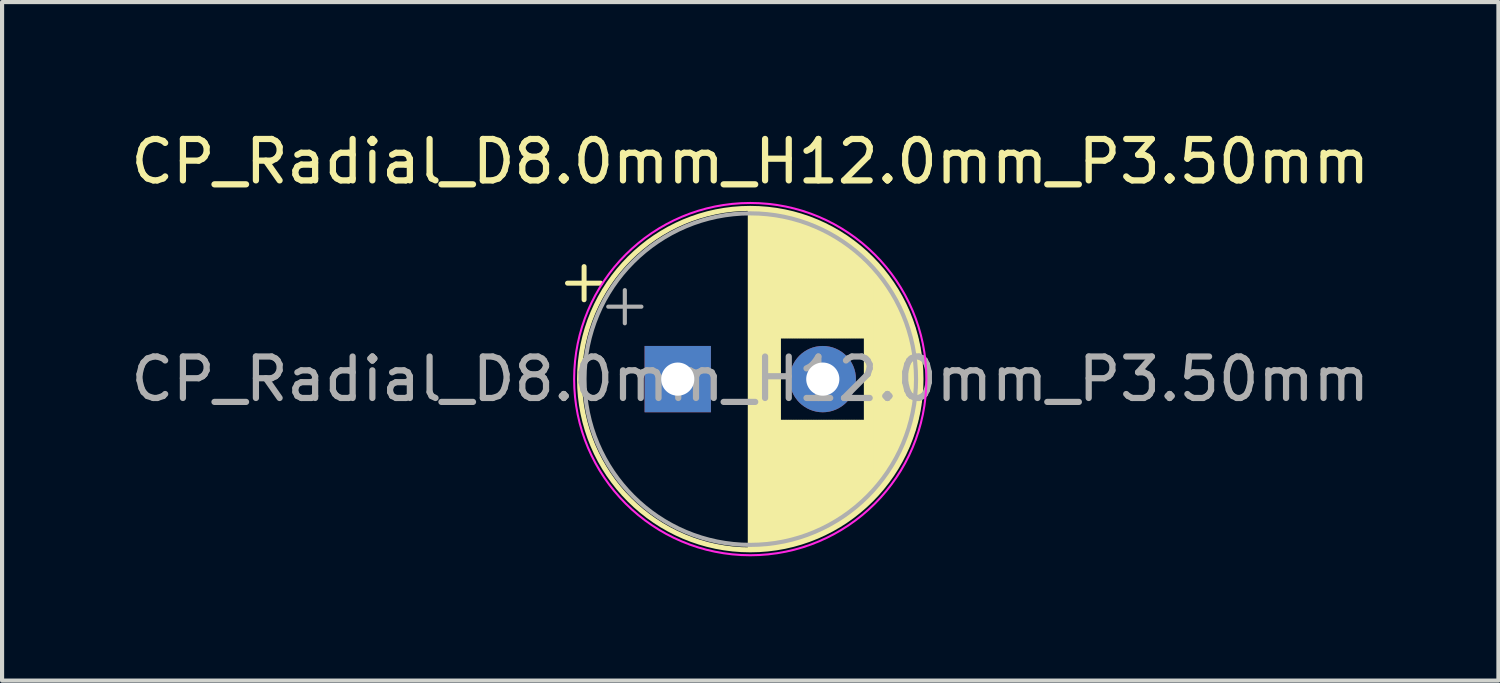
<source format=kicad_pcb>
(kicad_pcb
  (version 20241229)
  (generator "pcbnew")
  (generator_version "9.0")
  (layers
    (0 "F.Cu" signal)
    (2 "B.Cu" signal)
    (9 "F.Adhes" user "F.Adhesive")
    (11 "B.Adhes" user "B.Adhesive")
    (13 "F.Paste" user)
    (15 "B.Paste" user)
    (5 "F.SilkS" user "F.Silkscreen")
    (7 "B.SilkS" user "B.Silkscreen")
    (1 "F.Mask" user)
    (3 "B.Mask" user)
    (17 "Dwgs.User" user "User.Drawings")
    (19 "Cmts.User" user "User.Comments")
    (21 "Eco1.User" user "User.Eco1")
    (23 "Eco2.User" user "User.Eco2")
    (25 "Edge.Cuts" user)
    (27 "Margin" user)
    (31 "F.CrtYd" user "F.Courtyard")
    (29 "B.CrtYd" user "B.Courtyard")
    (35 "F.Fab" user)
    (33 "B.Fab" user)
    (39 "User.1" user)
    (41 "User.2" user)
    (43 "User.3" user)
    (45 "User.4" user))
  (footprint "CP_Radial_D8.0mm_H12.0mm_P3.50mm"
    (layer "F.Cu")
    (at 13.304 6.098)
    (property "Reference" "CP_Radial_D8.0mm_H12.0mm_P3.50mm" (at 1.75 -5.25 0) (layer "F.SilkS") (effects (font (size 1 1) (thickness 0.15))))
    (attr through_hole)
    (fp_line (start -2.66 -2.315) (end -1.86 -2.315) (stroke (width 0.12) (type solid)) (layer "F.SilkS"))
    (fp_line (start -2.26 -2.715) (end -2.26 -1.915) (stroke (width 0.12) (type solid)) (layer "F.SilkS"))
    (fp_line (start 1.75 -4.08) (end 1.75 4.08) (stroke (width 0.12) (type solid)) (layer "F.SilkS"))
    (fp_line (start 1.79 -4.08) (end 1.79 4.08) (stroke (width 0.12) (type solid)) (layer "F.SilkS"))
    (fp_line (start 1.83 -4.08) (end 1.83 4.08) (stroke (width 0.12) (type solid)) (layer "F.SilkS"))
    (fp_line (start 1.87 -4.079) (end 1.87 4.079) (stroke (width 0.12) (type solid)) (layer "F.SilkS"))
    (fp_line (start 1.91 -4.077) (end 1.91 4.077) (stroke (width 0.12) (type solid)) (layer "F.SilkS"))
    (fp_line (start 1.95 -4.076) (end 1.95 4.076) (stroke (width 0.12) (type solid)) (layer "F.SilkS"))
    (fp_line (start 1.99 -4.074) (end 1.99 4.074) (stroke (width 0.12) (type solid)) (layer "F.SilkS"))
    (fp_line (start 2.03 -4.071) (end 2.03 4.071) (stroke (width 0.12) (type solid)) (layer "F.SilkS"))
    (fp_line (start 2.07 -4.068) (end 2.07 4.068) (stroke (width 0.12) (type solid)) (layer "F.SilkS"))
    (fp_line (start 2.11 -4.065) (end 2.11 4.065) (stroke (width 0.12) (type solid)) (layer "F.SilkS"))
    (fp_line (start 2.15 -4.061) (end 2.15 4.061) (stroke (width 0.12) (type solid)) (layer "F.SilkS"))
    (fp_line (start 2.19 -4.057) (end 2.19 4.057) (stroke (width 0.12) (type solid)) (layer "F.SilkS"))
    (fp_line (start 2.23 -4.052) (end 2.23 4.052) (stroke (width 0.12) (type solid)) (layer "F.SilkS"))
    (fp_line (start 2.27 -4.048) (end 2.27 4.048) (stroke (width 0.12) (type solid)) (layer "F.SilkS"))
    (fp_line (start 2.31 -4.042) (end 2.31 4.042) (stroke (width 0.12) (type solid)) (layer "F.SilkS"))
    (fp_line (start 2.35 -4.037) (end 2.35 4.037) (stroke (width 0.12) (type solid)) (layer "F.SilkS"))
    (fp_line (start 2.39 -4.03) (end 2.39 4.03) (stroke (width 0.12) (type solid)) (layer "F.SilkS"))
    (fp_line (start 2.43 -4.024) (end 2.43 4.024) (stroke (width 0.12) (type solid)) (layer "F.SilkS"))
    (fp_line (start 2.471 -4.017) (end 2.471 -1.04) (stroke (width 0.12) (type solid)) (layer "F.SilkS"))
    (fp_line (start 2.471 1.04) (end 2.471 4.017) (stroke (width 0.12) (type solid)) (layer "F.SilkS"))
    (fp_line (start 2.511 -4.01) (end 2.511 -1.04) (stroke (width 0.12) (type solid)) (layer "F.SilkS"))
    (fp_line (start 2.511 1.04) (end 2.511 4.01) (stroke (width 0.12) (type solid)) (layer "F.SilkS"))
    (fp_line (start 2.551 -4.002) (end 2.551 -1.04) (stroke (width 0.12) (type solid)) (layer "F.SilkS"))
    (fp_line (start 2.551 1.04) (end 2.551 4.002) (stroke (width 0.12) (type solid)) (layer "F.SilkS"))
    (fp_line (start 2.591 -3.994) (end 2.591 -1.04) (stroke (width 0.12) (type solid)) (layer "F.SilkS"))
    (fp_line (start 2.591 1.04) (end 2.591 3.994) (stroke (width 0.12) (type solid)) (layer "F.SilkS"))
    (fp_line (start 2.631 -3.985) (end 2.631 -1.04) (stroke (width 0.12) (type solid)) (layer "F.SilkS"))
    (fp_line (start 2.631 1.04) (end 2.631 3.985) (stroke (width 0.12) (type solid)) (layer "F.SilkS"))
    (fp_line (start 2.671 -3.976) (end 2.671 -1.04) (stroke (width 0.12) (type solid)) (layer "F.SilkS"))
    (fp_line (start 2.671 1.04) (end 2.671 3.976) (stroke (width 0.12) (type solid)) (layer "F.SilkS"))
    (fp_line (start 2.711 -3.967) (end 2.711 -1.04) (stroke (width 0.12) (type solid)) (layer "F.SilkS"))
    (fp_line (start 2.711 1.04) (end 2.711 3.967) (stroke (width 0.12) (type solid)) (layer "F.SilkS"))
    (fp_line (start 2.751 -3.957) (end 2.751 -1.04) (stroke (width 0.12) (type solid)) (layer "F.SilkS"))
    (fp_line (start 2.751 1.04) (end 2.751 3.957) (stroke (width 0.12) (type solid)) (layer "F.SilkS"))
    (fp_line (start 2.791 -3.947) (end 2.791 -1.04) (stroke (width 0.12) (type solid)) (layer "F.SilkS"))
    (fp_line (start 2.791 1.04) (end 2.791 3.947) (stroke (width 0.12) (type solid)) (layer "F.SilkS"))
    (fp_line (start 2.831 -3.936) (end 2.831 -1.04) (stroke (width 0.12) (type solid)) (layer "F.SilkS"))
    (fp_line (start 2.831 1.04) (end 2.831 3.936) (stroke (width 0.12) (type solid)) (layer "F.SilkS"))
    (fp_line (start 2.871 -3.925) (end 2.871 -1.04) (stroke (width 0.12) (type solid)) (layer "F.SilkS"))
    (fp_line (start 2.871 1.04) (end 2.871 3.925) (stroke (width 0.12) (type solid)) (layer "F.SilkS"))
    (fp_line (start 2.911 -3.914) (end 2.911 -1.04) (stroke (width 0.12) (type solid)) (layer "F.SilkS"))
    (fp_line (start 2.911 1.04) (end 2.911 3.914) (stroke (width 0.12) (type solid)) (layer "F.SilkS"))
    (fp_line (start 2.951 -3.902) (end 2.951 -1.04) (stroke (width 0.12) (type solid)) (layer "F.SilkS"))
    (fp_line (start 2.951 1.04) (end 2.951 3.902) (stroke (width 0.12) (type solid)) (layer "F.SilkS"))
    (fp_line (start 2.991 -3.889) (end 2.991 -1.04) (stroke (width 0.12) (type solid)) (layer "F.SilkS"))
    (fp_line (start 2.991 1.04) (end 2.991 3.889) (stroke (width 0.12) (type solid)) (layer "F.SilkS"))
    (fp_line (start 3.031 -3.877) (end 3.031 -1.04) (stroke (width 0.12) (type solid)) (layer "F.SilkS"))
    (fp_line (start 3.031 1.04) (end 3.031 3.877) (stroke (width 0.12) (type solid)) (layer "F.SilkS"))
    (fp_line (start 3.071 -3.863) (end 3.071 -1.04) (stroke (width 0.12) (type solid)) (layer "F.SilkS"))
    (fp_line (start 3.071 1.04) (end 3.071 3.863) (stroke (width 0.12) (type solid)) (layer "F.SilkS"))
    (fp_line (start 3.111 -3.85) (end 3.111 -1.04) (stroke (width 0.12) (type solid)) (layer "F.SilkS"))
    (fp_line (start 3.111 1.04) (end 3.111 3.85) (stroke (width 0.12) (type solid)) (layer "F.SilkS"))
    (fp_line (start 3.151 -3.835) (end 3.151 -1.04) (stroke (width 0.12) (type solid)) (layer "F.SilkS"))
    (fp_line (start 3.151 1.04) (end 3.151 3.835) (stroke (width 0.12) (type solid)) (layer "F.SilkS"))
    (fp_line (start 3.191 -3.821) (end 3.191 -1.04) (stroke (width 0.12) (type solid)) (layer "F.SilkS"))
    (fp_line (start 3.191 1.04) (end 3.191 3.821) (stroke (width 0.12) (type solid)) (layer "F.SilkS"))
    (fp_line (start 3.231 -3.805) (end 3.231 -1.04) (stroke (width 0.12) (type solid)) (layer "F.SilkS"))
    (fp_line (start 3.231 1.04) (end 3.231 3.805) (stroke (width 0.12) (type solid)) (layer "F.SilkS"))
    (fp_line (start 3.271 -3.79) (end 3.271 -1.04) (stroke (width 0.12) (type solid)) (layer "F.SilkS"))
    (fp_line (start 3.271 1.04) (end 3.271 3.79) (stroke (width 0.12) (type solid)) (layer "F.SilkS"))
    (fp_line (start 3.311 -3.774) (end 3.311 -1.04) (stroke (width 0.12) (type solid)) (layer "F.SilkS"))
    (fp_line (start 3.311 1.04) (end 3.311 3.774) (stroke (width 0.12) (type solid)) (layer "F.SilkS"))
    (fp_line (start 3.351 -3.757) (end 3.351 -1.04) (stroke (width 0.12) (type solid)) (layer "F.SilkS"))
    (fp_line (start 3.351 1.04) (end 3.351 3.757) (stroke (width 0.12) (type solid)) (layer "F.SilkS"))
    (fp_line (start 3.391 -3.74) (end 3.391 -1.04) (stroke (width 0.12) (type solid)) (layer "F.SilkS"))
    (fp_line (start 3.391 1.04) (end 3.391 3.74) (stroke (width 0.12) (type solid)) (layer "F.SilkS"))
    (fp_line (start 3.431 -3.722) (end 3.431 -1.04) (stroke (width 0.12) (type solid)) (layer "F.SilkS"))
    (fp_line (start 3.431 1.04) (end 3.431 3.722) (stroke (width 0.12) (type solid)) (layer "F.SilkS"))
    (fp_line (start 3.471 -3.704) (end 3.471 -1.04) (stroke (width 0.12) (type solid)) (layer "F.SilkS"))
    (fp_line (start 3.471 1.04) (end 3.471 3.704) (stroke (width 0.12) (type solid)) (layer "F.SilkS"))
    (fp_line (start 3.511 -3.686) (end 3.511 -1.04) (stroke (width 0.12) (type solid)) (layer "F.SilkS"))
    (fp_line (start 3.511 1.04) (end 3.511 3.686) (stroke (width 0.12) (type solid)) (layer "F.SilkS"))
    (fp_line (start 3.551 -3.666) (end 3.551 -1.04) (stroke (width 0.12) (type solid)) (layer "F.SilkS"))
    (fp_line (start 3.551 1.04) (end 3.551 3.666) (stroke (width 0.12) (type solid)) (layer "F.SilkS"))
    (fp_line (start 3.591 -3.647) (end 3.591 -1.04) (stroke (width 0.12) (type solid)) (layer "F.SilkS"))
    (fp_line (start 3.591 1.04) (end 3.591 3.647) (stroke (width 0.12) (type solid)) (layer "F.SilkS"))
    (fp_line (start 3.631 -3.627) (end 3.631 -1.04) (stroke (width 0.12) (type solid)) (layer "F.SilkS"))
    (fp_line (start 3.631 1.04) (end 3.631 3.627) (stroke (width 0.12) (type solid)) (layer "F.SilkS"))
    (fp_line (start 3.671 -3.606) (end 3.671 -1.04) (stroke (width 0.12) (type solid)) (layer "F.SilkS"))
    (fp_line (start 3.671 1.04) (end 3.671 3.606) (stroke (width 0.12) (type solid)) (layer "F.SilkS"))
    (fp_line (start 3.711 -3.584) (end 3.711 -1.04) (stroke (width 0.12) (type solid)) (layer "F.SilkS"))
    (fp_line (start 3.711 1.04) (end 3.711 3.584) (stroke (width 0.12) (type solid)) (layer "F.SilkS"))
    (fp_line (start 3.751 -3.562) (end 3.751 -1.04) (stroke (width 0.12) (type solid)) (layer "F.SilkS"))
    (fp_line (start 3.751 1.04) (end 3.751 3.562) (stroke (width 0.12) (type solid)) (layer "F.SilkS"))
    (fp_line (start 3.791 -3.54) (end 3.791 -1.04) (stroke (width 0.12) (type solid)) (layer "F.SilkS"))
    (fp_line (start 3.791 1.04) (end 3.791 3.54) (stroke (width 0.12) (type solid)) (layer "F.SilkS"))
    (fp_line (start 3.831 -3.517) (end 3.831 -1.04) (stroke (width 0.12) (type solid)) (layer "F.SilkS"))
    (fp_line (start 3.831 1.04) (end 3.831 3.517) (stroke (width 0.12) (type solid)) (layer "F.SilkS"))
    (fp_line (start 3.871 -3.493) (end 3.871 -1.04) (stroke (width 0.12) (type solid)) (layer "F.SilkS"))
    (fp_line (start 3.871 1.04) (end 3.871 3.493) (stroke (width 0.12) (type solid)) (layer "F.SilkS"))
    (fp_line (start 3.911 -3.469) (end 3.911 -1.04) (stroke (width 0.12) (type solid)) (layer "F.SilkS"))
    (fp_line (start 3.911 1.04) (end 3.911 3.469) (stroke (width 0.12) (type solid)) (layer "F.SilkS"))
    (fp_line (start 3.951 -3.444) (end 3.951 -1.04) (stroke (width 0.12) (type solid)) (layer "F.SilkS"))
    (fp_line (start 3.951 1.04) (end 3.951 3.444) (stroke (width 0.12) (type solid)) (layer "F.SilkS"))
    (fp_line (start 3.991 -3.418) (end 3.991 -1.04) (stroke (width 0.12) (type solid)) (layer "F.SilkS"))
    (fp_line (start 3.991 1.04) (end 3.991 3.418) (stroke (width 0.12) (type solid)) (layer "F.SilkS"))
    (fp_line (start 4.031 -3.392) (end 4.031 -1.04) (stroke (width 0.12) (type solid)) (layer "F.SilkS"))
    (fp_line (start 4.031 1.04) (end 4.031 3.392) (stroke (width 0.12) (type solid)) (layer "F.SilkS"))
    (fp_line (start 4.071 -3.365) (end 4.071 -1.04) (stroke (width 0.12) (type solid)) (layer "F.SilkS"))
    (fp_line (start 4.071 1.04) (end 4.071 3.365) (stroke (width 0.12) (type solid)) (layer "F.SilkS"))
    (fp_line (start 4.111 -3.338) (end 4.111 -1.04) (stroke (width 0.12) (type solid)) (layer "F.SilkS"))
    (fp_line (start 4.111 1.04) (end 4.111 3.338) (stroke (width 0.12) (type solid)) (layer "F.SilkS"))
    (fp_line (start 4.151 -3.309) (end 4.151 -1.04) (stroke (width 0.12) (type solid)) (layer "F.SilkS"))
    (fp_line (start 4.151 1.04) (end 4.151 3.309) (stroke (width 0.12) (type solid)) (layer "F.SilkS"))
    (fp_line (start 4.191 -3.28) (end 4.191 -1.04) (stroke (width 0.12) (type solid)) (layer "F.SilkS"))
    (fp_line (start 4.191 1.04) (end 4.191 3.28) (stroke (width 0.12) (type solid)) (layer "F.SilkS"))
    (fp_line (start 4.231 -3.25) (end 4.231 -1.04) (stroke (width 0.12) (type solid)) (layer "F.SilkS"))
    (fp_line (start 4.231 1.04) (end 4.231 3.25) (stroke (width 0.12) (type solid)) (layer "F.SilkS"))
    (fp_line (start 4.271 -3.22) (end 4.271 -1.04) (stroke (width 0.12) (type solid)) (layer "F.SilkS"))
    (fp_line (start 4.271 1.04) (end 4.271 3.22) (stroke (width 0.12) (type solid)) (layer "F.SilkS"))
    (fp_line (start 4.311 -3.189) (end 4.311 -1.04) (stroke (width 0.12) (type solid)) (layer "F.SilkS"))
    (fp_line (start 4.311 1.04) (end 4.311 3.189) (stroke (width 0.12) (type solid)) (layer "F.SilkS"))
    (fp_line (start 4.351 -3.156) (end 4.351 -1.04) (stroke (width 0.12) (type solid)) (layer "F.SilkS"))
    (fp_line (start 4.351 1.04) (end 4.351 3.156) (stroke (width 0.12) (type solid)) (layer "F.SilkS"))
    (fp_line (start 4.391 -3.124) (end 4.391 -1.04) (stroke (width 0.12) (type solid)) (layer "F.SilkS"))
    (fp_line (start 4.391 1.04) (end 4.391 3.124) (stroke (width 0.12) (type solid)) (layer "F.SilkS"))
    (fp_line (start 4.431 -3.09) (end 4.431 -1.04) (stroke (width 0.12) (type solid)) (layer "F.SilkS"))
    (fp_line (start 4.431 1.04) (end 4.431 3.09) (stroke (width 0.12) (type solid)) (layer "F.SilkS"))
    (fp_line (start 4.471 -3.055) (end 4.471 -1.04) (stroke (width 0.12) (type solid)) (layer "F.SilkS"))
    (fp_line (start 4.471 1.04) (end 4.471 3.055) (stroke (width 0.12) (type solid)) (layer "F.SilkS"))
    (fp_line (start 4.511 -3.019) (end 4.511 -1.04) (stroke (width 0.12) (type solid)) (layer "F.SilkS"))
    (fp_line (start 4.511 1.04) (end 4.511 3.019) (stroke (width 0.12) (type solid)) (layer "F.SilkS"))
    (fp_line (start 4.551 -2.983) (end 4.551 2.983) (stroke (width 0.12) (type solid)) (layer "F.SilkS"))
    (fp_line (start 4.591 -2.945) (end 4.591 2.945) (stroke (width 0.12) (type solid)) (layer "F.SilkS"))
    (fp_line (start 4.631 -2.907) (end 4.631 2.907) (stroke (width 0.12) (type solid)) (layer "F.SilkS"))
    (fp_line (start 4.671 -2.867) (end 4.671 2.867) (stroke (width 0.12) (type solid)) (layer "F.SilkS"))
    (fp_line (start 4.711 -2.826) (end 4.711 2.826) (stroke (width 0.12) (type solid)) (layer "F.SilkS"))
    (fp_line (start 4.751 -2.784) (end 4.751 2.784) (stroke (width 0.12) (type solid)) (layer "F.SilkS"))
    (fp_line (start 4.791 -2.741) (end 4.791 2.741) (stroke (width 0.12) (type solid)) (layer "F.SilkS"))
    (fp_line (start 4.831 -2.697) (end 4.831 2.697) (stroke (width 0.12) (type solid)) (layer "F.SilkS"))
    (fp_line (start 4.871 -2.651) (end 4.871 2.651) (stroke (width 0.12) (type solid)) (layer "F.SilkS"))
    (fp_line (start 4.911 -2.604) (end 4.911 2.604) (stroke (width 0.12) (type solid)) (layer "F.SilkS"))
    (fp_line (start 4.951 -2.556) (end 4.951 2.556) (stroke (width 0.12) (type solid)) (layer "F.SilkS"))
    (fp_line (start 4.991 -2.505) (end 4.991 2.505) (stroke (width 0.12) (type solid)) (layer "F.SilkS"))
    (fp_line (start 5.031 -2.454) (end 5.031 2.454) (stroke (width 0.12) (type solid)) (layer "F.SilkS"))
    (fp_line (start 5.071 -2.4) (end 5.071 2.4) (stroke (width 0.12) (type solid)) (layer "F.SilkS"))
    (fp_line (start 5.111 -2.345) (end 5.111 2.345) (stroke (width 0.12) (type solid)) (layer "F.SilkS"))
    (fp_line (start 5.151 -2.287) (end 5.151 2.287) (stroke (width 0.12) (type solid)) (layer "F.SilkS"))
    (fp_line (start 5.191 -2.228) (end 5.191 2.228) (stroke (width 0.12) (type solid)) (layer "F.SilkS"))
    (fp_line (start 5.231 -2.166) (end 5.231 2.166) (stroke (width 0.12) (type solid)) (layer "F.SilkS"))
    (fp_line (start 5.271 -2.102) (end 5.271 2.102) (stroke (width 0.12) (type solid)) (layer "F.SilkS"))
    (fp_line (start 5.311 -2.034) (end 5.311 2.034) (stroke (width 0.12) (type solid)) (layer "F.SilkS"))
    (fp_line (start 5.351 -1.964) (end 5.351 1.964) (stroke (width 0.12) (type solid)) (layer "F.SilkS"))
    (fp_line (start 5.391 -1.89) (end 5.391 1.89) (stroke (width 0.12) (type solid)) (layer "F.SilkS"))
    (fp_line (start 5.431 -1.813) (end 5.431 1.813) (stroke (width 0.12) (type solid)) (layer "F.SilkS"))
    (fp_line (start 5.471 -1.731) (end 5.471 1.731) (stroke (width 0.12) (type solid)) (layer "F.SilkS"))
    (fp_line (start 5.511 -1.645) (end 5.511 1.645) (stroke (width 0.12) (type solid)) (layer "F.SilkS"))
    (fp_line (start 5.551 -1.552) (end 5.551 1.552) (stroke (width 0.12) (type solid)) (layer "F.SilkS"))
    (fp_line (start 5.591 -1.453) (end 5.591 1.453) (stroke (width 0.12) (type solid)) (layer "F.SilkS"))
    (fp_line (start 5.631 -1.346) (end 5.631 1.346) (stroke (width 0.12) (type solid)) (layer "F.SilkS"))
    (fp_line (start 5.671 -1.229) (end 5.671 1.229) (stroke (width 0.12) (type solid)) (layer "F.SilkS"))
    (fp_line (start 5.711 -1.098) (end 5.711 1.098) (stroke (width 0.12) (type solid)) (layer "F.SilkS"))
    (fp_line (start 5.751 -0.948) (end 5.751 0.948) (stroke (width 0.12) (type solid)) (layer "F.SilkS"))
    (fp_line (start 5.791 -0.768) (end 5.791 0.768) (stroke (width 0.12) (type solid)) (layer "F.SilkS"))
    (fp_line (start 5.831 -0.533) (end 5.831 0.533) (stroke (width 0.12) (type solid)) (layer "F.SilkS"))
    (fp_circle (center 1.75 0) (end 5.87 0) (stroke (width 0.12) (type solid)) (fill no) (layer "F.SilkS"))
    (fp_circle (center 1.75 0) (end 6 0) (stroke (width 0.05) (type solid)) (fill no) (layer "F.CrtYd"))
    (fp_line (start -1.677 -1.748) (end -0.877 -1.748) (stroke (width 0.1) (type solid)) (layer "F.Fab"))
    (fp_line (start -1.277 -2.147) (end -1.277 -1.347) (stroke (width 0.1) (type solid)) (layer "F.Fab"))
    (fp_circle (center 1.75 0) (end 5.75 0) (stroke (width 0.1) (type solid)) (fill no) (layer "F.Fab"))
    (fp_text user "${REFERENCE}" (at 1.75 0 0) (layer "F.Fab") (effects (font (size 1 1) (thickness 0.15))))
    (pad "1" thru_hole rect (at 0 0) (size 1.6 1.6) (drill 0.8) (layers "*.Cu" "*.Mask"))
    (pad "2" thru_hole circle (at 3.5 0) (size 1.6 1.6) (drill 0.8) (layers "*.Cu" "*.Mask")))
  (gr_rect
    (start -3 -3)
    (end 33.107 13.373)
    (stroke (width 0.1) (type default))
    (fill no)
    (layer "Edge.Cuts")))
</source>
